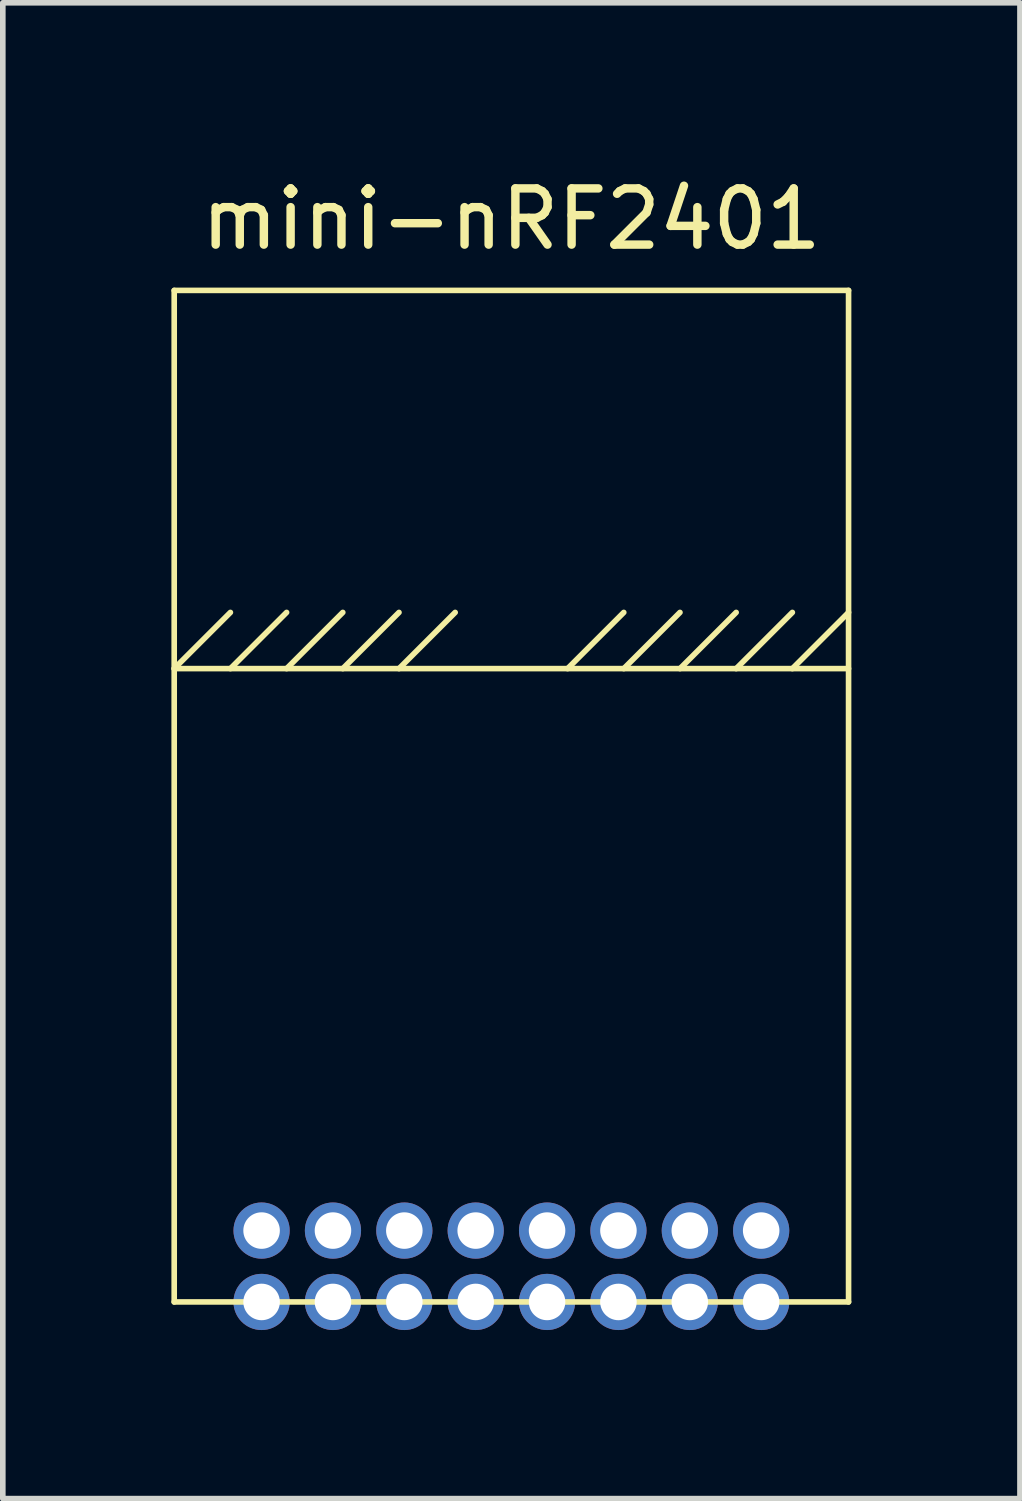
<source format=kicad_pcb>
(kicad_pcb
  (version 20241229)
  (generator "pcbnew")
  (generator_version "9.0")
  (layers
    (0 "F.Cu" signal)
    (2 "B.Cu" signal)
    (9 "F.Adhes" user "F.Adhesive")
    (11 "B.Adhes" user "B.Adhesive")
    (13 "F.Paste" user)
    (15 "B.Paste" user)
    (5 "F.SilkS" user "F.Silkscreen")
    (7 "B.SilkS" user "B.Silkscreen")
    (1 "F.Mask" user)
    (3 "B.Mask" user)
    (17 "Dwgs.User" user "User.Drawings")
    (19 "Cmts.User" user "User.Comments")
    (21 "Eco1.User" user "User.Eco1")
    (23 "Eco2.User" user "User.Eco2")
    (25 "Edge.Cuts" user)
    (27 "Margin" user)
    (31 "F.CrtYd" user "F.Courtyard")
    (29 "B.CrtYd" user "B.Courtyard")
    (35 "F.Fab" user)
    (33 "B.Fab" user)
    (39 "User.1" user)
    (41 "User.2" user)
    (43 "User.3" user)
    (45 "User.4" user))
  (footprint "mini-nRF2401"
    (layer "F.Cu")
    (at 6.05 18.848)
    (property "Reference" "mini-nRF2401" (at 0 -18 0) (layer "F.SilkS") (effects (font (size 1 1) (thickness 0.15))))
    (attr through_hole)
    (fp_line (start -6 -16.73) (end -6 1.27) (stroke (width 0.1) (type solid)) (layer "F.SilkS"))
    (fp_line (start -6 -10) (end -5 -11) (stroke (width 0.1) (type solid)) (layer "F.SilkS"))
    (fp_line (start -6 -10) (end 6 -10) (stroke (width 0.1) (type solid)) (layer "F.SilkS"))
    (fp_line (start -6 1.27) (end 6 1.27) (stroke (width 0.1) (type solid)) (layer "F.SilkS"))
    (fp_line (start -5 -10) (end -4 -11) (stroke (width 0.1) (type solid)) (layer "F.SilkS"))
    (fp_line (start -4 -10) (end -3 -11) (stroke (width 0.1) (type solid)) (layer "F.SilkS"))
    (fp_line (start -3 -10) (end -2 -11) (stroke (width 0.1) (type solid)) (layer "F.SilkS"))
    (fp_line (start -2 -10) (end -1 -11) (stroke (width 0.1) (type solid)) (layer "F.SilkS"))
    (fp_line (start 1 -10) (end 2 -11) (stroke (width 0.1) (type solid)) (layer "F.SilkS"))
    (fp_line (start 2 -10) (end 3 -11) (stroke (width 0.1) (type solid)) (layer "F.SilkS"))
    (fp_line (start 3 -10) (end 4 -11) (stroke (width 0.1) (type solid)) (layer "F.SilkS"))
    (fp_line (start 4 -10) (end 5 -11) (stroke (width 0.1) (type solid)) (layer "F.SilkS"))
    (fp_line (start 5 -10) (end 6 -11) (stroke (width 0.1) (type solid)) (layer "F.SilkS"))
    (fp_line (start 6 -16.73) (end -6 -16.73) (stroke (width 0.1) (type solid)) (layer "F.SilkS"))
    (fp_line (start 6 1.27) (end 6 -16.73) (stroke (width 0.1) (type solid)) (layer "F.SilkS"))
    (pad "1" thru_hole circle (at -3.175 0) (size 1 1) (drill 0.65) (layers "*.Cu" "*.Mask"))
    (pad "1" thru_hole circle (at -3.175 1.27) (size 1 1) (drill 0.65) (layers "*.Cu" "*.Mask"))
    (pad "2" thru_hole circle (at -4.445 0) (size 1 1) (drill 0.65) (layers "*.Cu" "*.Mask"))
    (pad "2" thru_hole circle (at -4.445 1.27) (size 1 1) (drill 0.65) (layers "*.Cu" "*.Mask"))
    (pad "3" thru_hole circle (at -1.905 0) (size 1 1) (drill 0.65) (layers "*.Cu" "*.Mask"))
    (pad "3" thru_hole circle (at -1.905 1.27) (size 1 1) (drill 0.65) (layers "*.Cu" "*.Mask"))
    (pad "4" thru_hole circle (at -0.635 0) (size 1 1) (drill 0.65) (layers "*.Cu" "*.Mask"))
    (pad "4" thru_hole circle (at -0.635 1.27) (size 1 1) (drill 0.65) (layers "*.Cu" "*.Mask"))
    (pad "5" thru_hole circle (at 0.635 0) (size 1 1) (drill 0.65) (layers "*.Cu" "*.Mask"))
    (pad "5" thru_hole circle (at 0.635 1.27) (size 1 1) (drill 0.65) (layers "*.Cu" "*.Mask"))
    (pad "6" thru_hole circle (at 1.905 0) (size 1 1) (drill 0.65) (layers "*.Cu" "*.Mask"))
    (pad "6" thru_hole circle (at 1.905 1.27) (size 1 1) (drill 0.65) (layers "*.Cu" "*.Mask"))
    (pad "7" thru_hole circle (at 3.175 0) (size 1 1) (drill 0.65) (layers "*.Cu" "*.Mask"))
    (pad "7" thru_hole circle (at 3.175 1.27) (size 1 1) (drill 0.65) (layers "*.Cu" "*.Mask"))
    (pad "8" thru_hole circle (at 4.445 0) (size 1 1) (drill 0.65) (layers "*.Cu" "*.Mask"))
    (pad "8" thru_hole circle (at 4.445 1.27) (size 1 1) (drill 0.65) (layers "*.Cu" "*.Mask")))
  (gr_rect
    (start -3 -3)
    (end 15.1 23.618)
    (stroke (width 0.1) (type default))
    (fill no)
    (layer "Edge.Cuts")))
</source>
